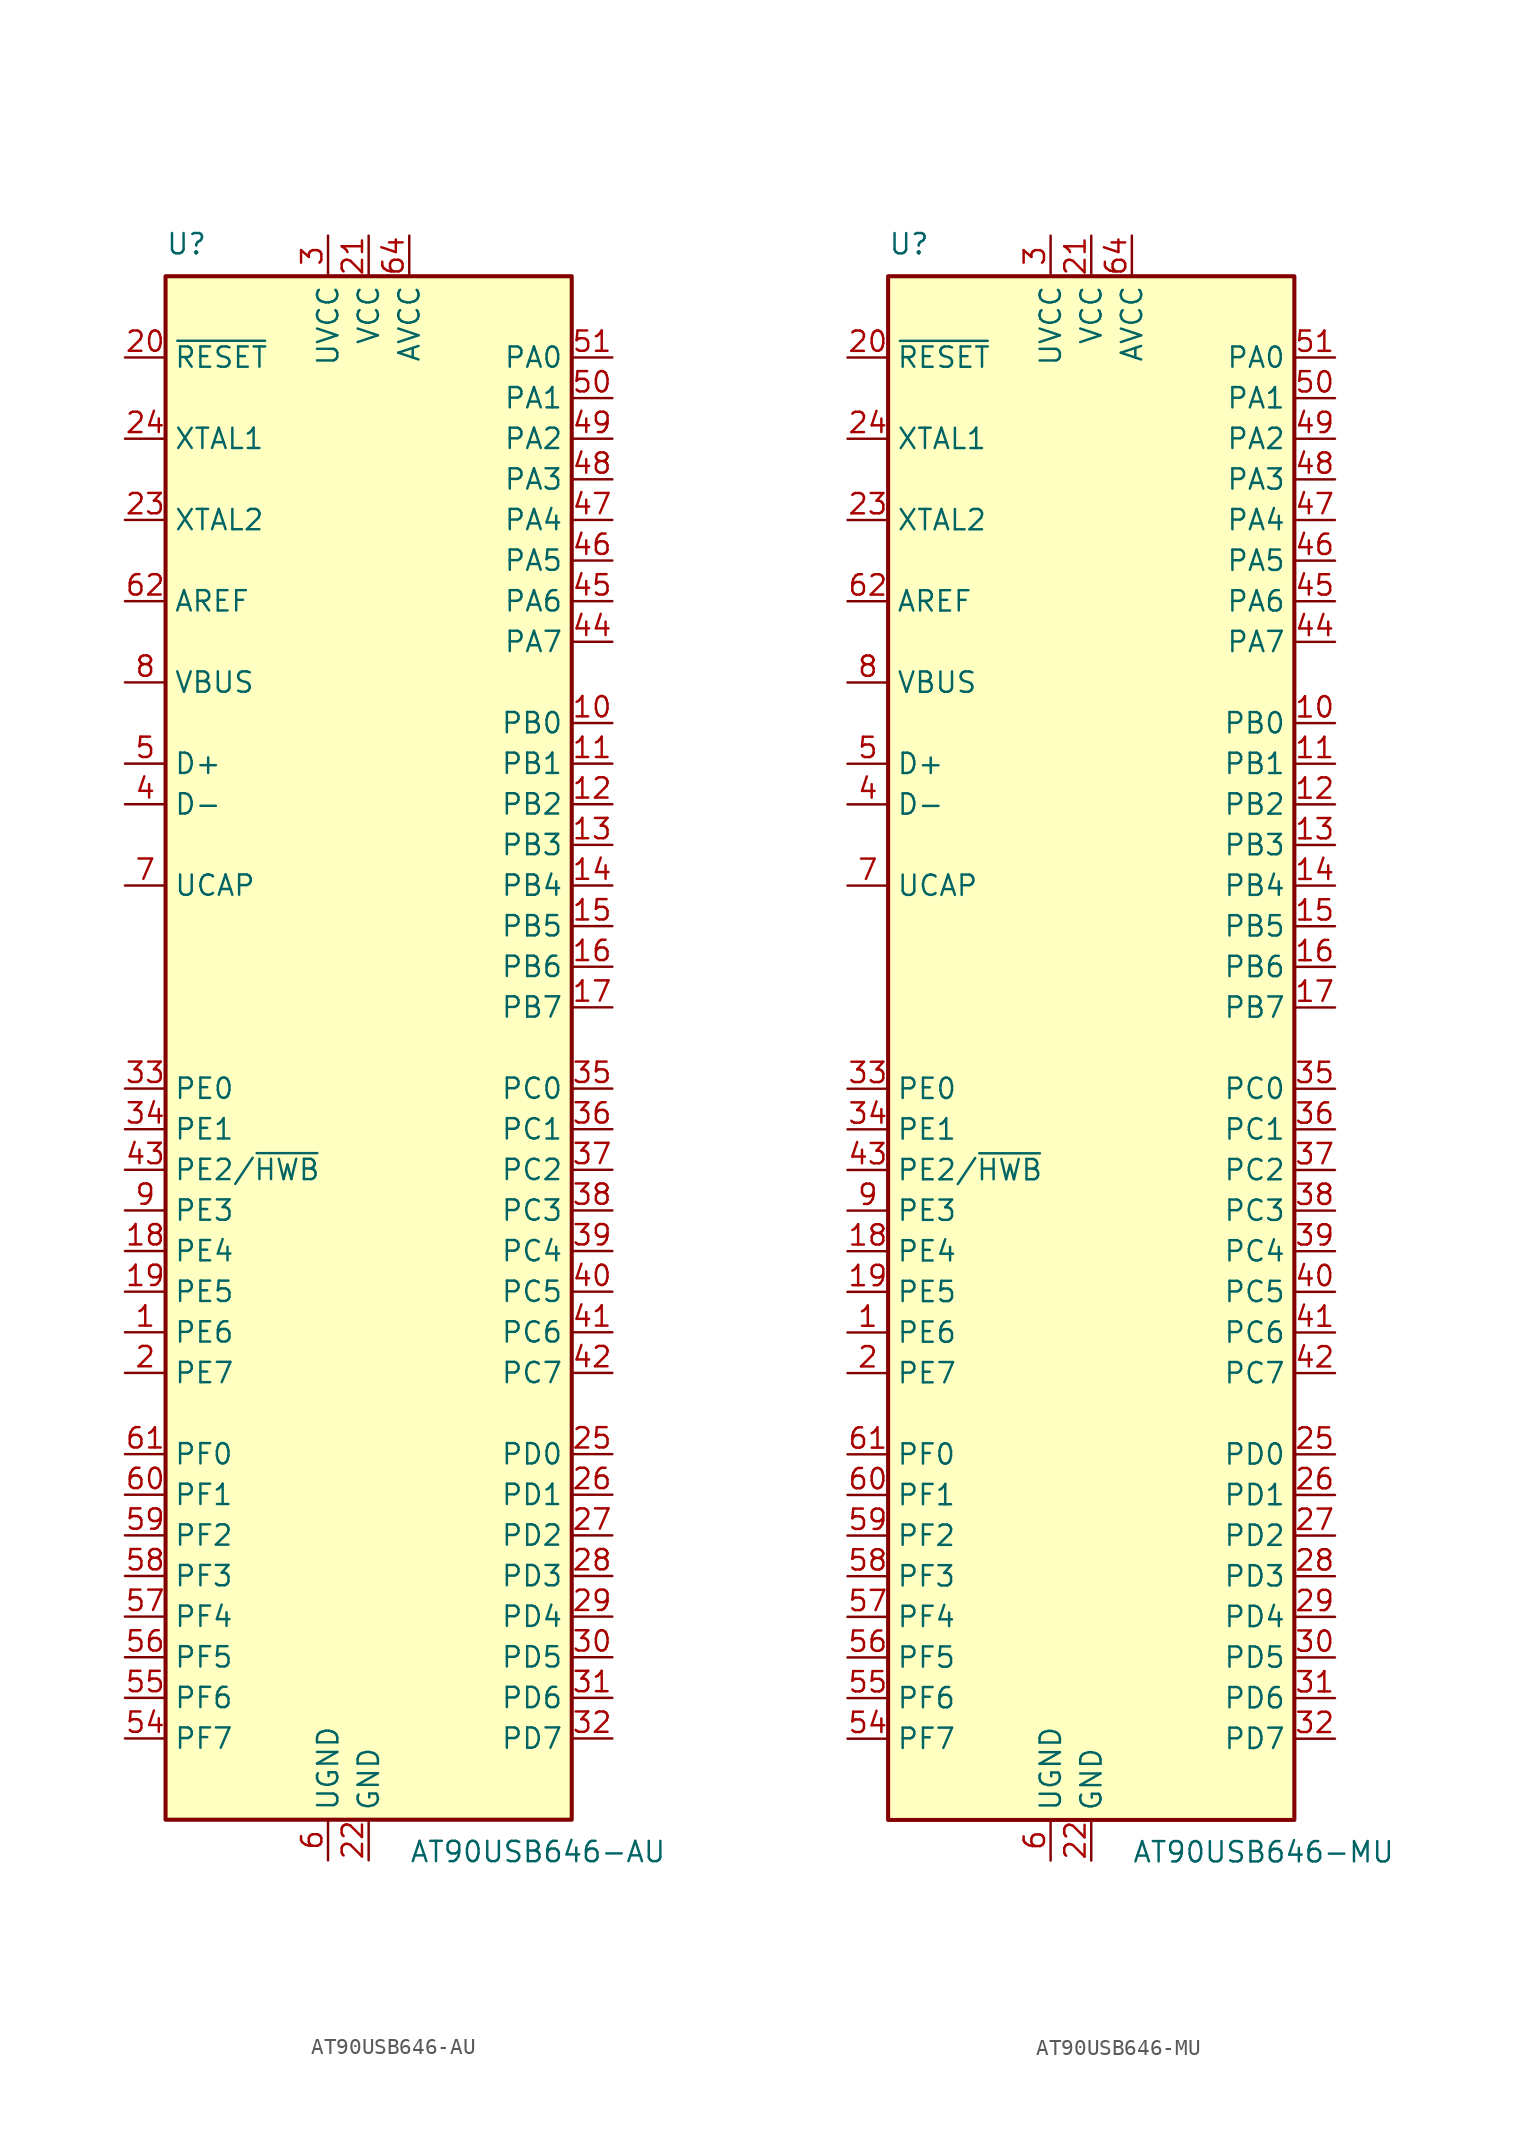
<source format=kicad_sym>
(kicad_symbol_lib
  (version 20211014)
  (generator kicad_symbol_editor)
  (symbol "AT90USB646-AU"
    (property "Reference" "U"
      (at -12.7 49.53 0)
      (effects (font (size 1.27 1.27)) (justify left bottom)))
    (property "Value" "AT90USB646-AU"
      (at 2.54 -49.53 0)
      (effects (font (size 1.27 1.27)) (justify left top)))
    (symbol "AT90USB646-AU_0_1"
      (rectangle (start -12.7 -48.26) (end 12.7 48.26) (stroke (width 0.254) (type default) (color 0 0 0 0)) (fill (type background))))
    (symbol "AT90USB646-AU_1_1"
      (pin bidirectional line (at -15.24 -17.78 0) (length 2.54) (name "PE6" (effects (font (size 1.27 1.27)))) (number "1" (effects (font (size 1.27 1.27)))))
      (pin bidirectional line (at 15.24 20.32 180) (length 2.54) (name "PB0" (effects (font (size 1.27 1.27)))) (number "10" (effects (font (size 1.27 1.27)))))
      (pin bidirectional line (at 15.24 17.78 180) (length 2.54) (name "PB1" (effects (font (size 1.27 1.27)))) (number "11" (effects (font (size 1.27 1.27)))))
      (pin bidirectional line (at 15.24 15.24 180) (length 2.54) (name "PB2" (effects (font (size 1.27 1.27)))) (number "12" (effects (font (size 1.27 1.27)))))
      (pin bidirectional line (at 15.24 12.7 180) (length 2.54) (name "PB3" (effects (font (size 1.27 1.27)))) (number "13" (effects (font (size 1.27 1.27)))))
      (pin bidirectional line (at 15.24 10.16 180) (length 2.54) (name "PB4" (effects (font (size 1.27 1.27)))) (number "14" (effects (font (size 1.27 1.27)))))
      (pin bidirectional line (at 15.24 7.62 180) (length 2.54) (name "PB5" (effects (font (size 1.27 1.27)))) (number "15" (effects (font (size 1.27 1.27)))))
      (pin bidirectional line (at 15.24 5.08 180) (length 2.54) (name "PB6" (effects (font (size 1.27 1.27)))) (number "16" (effects (font (size 1.27 1.27)))))
      (pin bidirectional line (at 15.24 2.54 180) (length 2.54) (name "PB7" (effects (font (size 1.27 1.27)))) (number "17" (effects (font (size 1.27 1.27)))))
      (pin bidirectional line (at -15.24 -12.7 0) (length 2.54) (name "PE4" (effects (font (size 1.27 1.27)))) (number "18" (effects (font (size 1.27 1.27)))))
      (pin bidirectional line (at -15.24 -15.24 0) (length 2.54) (name "PE5" (effects (font (size 1.27 1.27)))) (number "19" (effects (font (size 1.27 1.27)))))
      (pin bidirectional line (at -15.24 -20.32 0) (length 2.54) (name "PE7" (effects (font (size 1.27 1.27)))) (number "2" (effects (font (size 1.27 1.27)))))
      (pin input line (at -15.24 43.18 0) (length 2.54) (name "~{RESET}" (effects (font (size 1.27 1.27)))) (number "20" (effects (font (size 1.27 1.27)))))
      (pin power_in line (at 0 50.8 270) (length 2.54) (name "VCC" (effects (font (size 1.27 1.27)))) (number "21" (effects (font (size 1.27 1.27)))))
      (pin power_in line (at 0 -50.8 90) (length 2.54) (name "GND" (effects (font (size 1.27 1.27)))) (number "22" (effects (font (size 1.27 1.27)))))
      (pin output line (at -15.24 33.02 0) (length 2.54) (name "XTAL2" (effects (font (size 1.27 1.27)))) (number "23" (effects (font (size 1.27 1.27)))))
      (pin input line (at -15.24 38.1 0) (length 2.54) (name "XTAL1" (effects (font (size 1.27 1.27)))) (number "24" (effects (font (size 1.27 1.27)))))
      (pin bidirectional line (at 15.24 -25.4 180) (length 2.54) (name "PD0" (effects (font (size 1.27 1.27)))) (number "25" (effects (font (size 1.27 1.27)))))
      (pin bidirectional line (at 15.24 -27.94 180) (length 2.54) (name "PD1" (effects (font (size 1.27 1.27)))) (number "26" (effects (font (size 1.27 1.27)))))
      (pin bidirectional line (at 15.24 -30.48 180) (length 2.54) (name "PD2" (effects (font (size 1.27 1.27)))) (number "27" (effects (font (size 1.27 1.27)))))
      (pin bidirectional line (at 15.24 -33.02 180) (length 2.54) (name "PD3" (effects (font (size 1.27 1.27)))) (number "28" (effects (font (size 1.27 1.27)))))
      (pin bidirectional line (at 15.24 -35.56 180) (length 2.54) (name "PD4" (effects (font (size 1.27 1.27)))) (number "29" (effects (font (size 1.27 1.27)))))
      (pin power_in line (at -2.54 50.8 270) (length 2.54) (name "UVCC" (effects (font (size 1.27 1.27)))) (number "3" (effects (font (size 1.27 1.27)))))
      (pin bidirectional line (at 15.24 -38.1 180) (length 2.54) (name "PD5" (effects (font (size 1.27 1.27)))) (number "30" (effects (font (size 1.27 1.27)))))
      (pin bidirectional line (at 15.24 -40.64 180) (length 2.54) (name "PD6" (effects (font (size 1.27 1.27)))) (number "31" (effects (font (size 1.27 1.27)))))
      (pin bidirectional line (at 15.24 -43.18 180) (length 2.54) (name "PD7" (effects (font (size 1.27 1.27)))) (number "32" (effects (font (size 1.27 1.27)))))
      (pin bidirectional line (at -15.24 -2.54 0) (length 2.54) (name "PE0" (effects (font (size 1.27 1.27)))) (number "33" (effects (font (size 1.27 1.27)))))
      (pin bidirectional line (at -15.24 -5.08 0) (length 2.54) (name "PE1" (effects (font (size 1.27 1.27)))) (number "34" (effects (font (size 1.27 1.27)))))
      (pin bidirectional line (at 15.24 -2.54 180) (length 2.54) (name "PC0" (effects (font (size 1.27 1.27)))) (number "35" (effects (font (size 1.27 1.27)))))
      (pin bidirectional line (at 15.24 -5.08 180) (length 2.54) (name "PC1" (effects (font (size 1.27 1.27)))) (number "36" (effects (font (size 1.27 1.27)))))
      (pin bidirectional line (at 15.24 -7.62 180) (length 2.54) (name "PC2" (effects (font (size 1.27 1.27)))) (number "37" (effects (font (size 1.27 1.27)))))
      (pin bidirectional line (at 15.24 -10.16 180) (length 2.54) (name "PC3" (effects (font (size 1.27 1.27)))) (number "38" (effects (font (size 1.27 1.27)))))
      (pin bidirectional line (at 15.24 -12.7 180) (length 2.54) (name "PC4" (effects (font (size 1.27 1.27)))) (number "39" (effects (font (size 1.27 1.27)))))
      (pin bidirectional line (at -15.24 15.24 0) (length 2.54) (name "D-" (effects (font (size 1.27 1.27)))) (number "4" (effects (font (size 1.27 1.27)))))
      (pin bidirectional line (at 15.24 -15.24 180) (length 2.54) (name "PC5" (effects (font (size 1.27 1.27)))) (number "40" (effects (font (size 1.27 1.27)))))
      (pin bidirectional line (at 15.24 -17.78 180) (length 2.54) (name "PC6" (effects (font (size 1.27 1.27)))) (number "41" (effects (font (size 1.27 1.27)))))
      (pin bidirectional line (at 15.24 -20.32 180) (length 2.54) (name "PC7" (effects (font (size 1.27 1.27)))) (number "42" (effects (font (size 1.27 1.27)))))
      (pin bidirectional line (at -15.24 -7.62 0) (length 2.54) (name "PE2/~{HWB}" (effects (font (size 1.27 1.27)))) (number "43" (effects (font (size 1.27 1.27)))))
      (pin bidirectional line (at 15.24 25.4 180) (length 2.54) (name "PA7" (effects (font (size 1.27 1.27)))) (number "44" (effects (font (size 1.27 1.27)))))
      (pin bidirectional line (at 15.24 27.94 180) (length 2.54) (name "PA6" (effects (font (size 1.27 1.27)))) (number "45" (effects (font (size 1.27 1.27)))))
      (pin bidirectional line (at 15.24 30.48 180) (length 2.54) (name "PA5" (effects (font (size 1.27 1.27)))) (number "46" (effects (font (size 1.27 1.27)))))
      (pin bidirectional line (at 15.24 33.02 180) (length 2.54) (name "PA4" (effects (font (size 1.27 1.27)))) (number "47" (effects (font (size 1.27 1.27)))))
      (pin bidirectional line (at 15.24 35.56 180) (length 2.54) (name "PA3" (effects (font (size 1.27 1.27)))) (number "48" (effects (font (size 1.27 1.27)))))
      (pin bidirectional line (at 15.24 38.1 180) (length 2.54) (name "PA2" (effects (font (size 1.27 1.27)))) (number "49" (effects (font (size 1.27 1.27)))))
      (pin bidirectional line (at -15.24 17.78 0) (length 2.54) (name "D+" (effects (font (size 1.27 1.27)))) (number "5" (effects (font (size 1.27 1.27)))))
      (pin bidirectional line (at 15.24 40.64 180) (length 2.54) (name "PA1" (effects (font (size 1.27 1.27)))) (number "50" (effects (font (size 1.27 1.27)))))
      (pin bidirectional line (at 15.24 43.18 180) (length 2.54) (name "PA0" (effects (font (size 1.27 1.27)))) (number "51" (effects (font (size 1.27 1.27)))))
      (pin passive line (at 0 50.8 270) (length 2.54) hide (name "VCC" (effects (font (size 1.27 1.27)))) (number "52" (effects (font (size 1.27 1.27)))))
      (pin passive line (at 0 -50.8 90) (length 2.54) hide (name "GND" (effects (font (size 1.27 1.27)))) (number "53" (effects (font (size 1.27 1.27)))))
      (pin bidirectional line (at -15.24 -43.18 0) (length 2.54) (name "PF7" (effects (font (size 1.27 1.27)))) (number "54" (effects (font (size 1.27 1.27)))))
      (pin bidirectional line (at -15.24 -40.64 0) (length 2.54) (name "PF6" (effects (font (size 1.27 1.27)))) (number "55" (effects (font (size 1.27 1.27)))))
      (pin bidirectional line (at -15.24 -38.1 0) (length 2.54) (name "PF5" (effects (font (size 1.27 1.27)))) (number "56" (effects (font (size 1.27 1.27)))))
      (pin bidirectional line (at -15.24 -35.56 0) (length 2.54) (name "PF4" (effects (font (size 1.27 1.27)))) (number "57" (effects (font (size 1.27 1.27)))))
      (pin bidirectional line (at -15.24 -33.02 0) (length 2.54) (name "PF3" (effects (font (size 1.27 1.27)))) (number "58" (effects (font (size 1.27 1.27)))))
      (pin bidirectional line (at -15.24 -30.48 0) (length 2.54) (name "PF2" (effects (font (size 1.27 1.27)))) (number "59" (effects (font (size 1.27 1.27)))))
      (pin power_in line (at -2.54 -50.8 90) (length 2.54) (name "UGND" (effects (font (size 1.27 1.27)))) (number "6" (effects (font (size 1.27 1.27)))))
      (pin bidirectional line (at -15.24 -27.94 0) (length 2.54) (name "PF1" (effects (font (size 1.27 1.27)))) (number "60" (effects (font (size 1.27 1.27)))))
      (pin bidirectional line (at -15.24 -25.4 0) (length 2.54) (name "PF0" (effects (font (size 1.27 1.27)))) (number "61" (effects (font (size 1.27 1.27)))))
      (pin passive line (at -15.24 27.94 0) (length 2.54) (name "AREF" (effects (font (size 1.27 1.27)))) (number "62" (effects (font (size 1.27 1.27)))))
      (pin passive line (at 0 -50.8 90) (length 2.54) hide (name "GND" (effects (font (size 1.27 1.27)))) (number "63" (effects (font (size 1.27 1.27)))))
      (pin power_in line (at 2.54 50.8 270) (length 2.54) (name "AVCC" (effects (font (size 1.27 1.27)))) (number "64" (effects (font (size 1.27 1.27)))))
      (pin passive line (at -15.24 10.16 0) (length 2.54) (name "UCAP" (effects (font (size 1.27 1.27)))) (number "7" (effects (font (size 1.27 1.27)))))
      (pin input line (at -15.24 22.86 0) (length 2.54) (name "VBUS" (effects (font (size 1.27 1.27)))) (number "8" (effects (font (size 1.27 1.27)))))
      (pin bidirectional line (at -15.24 -10.16 0) (length 2.54) (name "PE3" (effects (font (size 1.27 1.27)))) (number "9" (effects (font (size 1.27 1.27)))))))
  (symbol "AT90USB646-MU"
    (property "Reference" "U"
      (at -12.7 49.53 0)
      (effects (font (size 1.27 1.27)) (justify left bottom)))
    (property "Value" "AT90USB646-MU"
      (at 2.54 -49.53 0)
      (effects (font (size 1.27 1.27)) (justify left top)))
    (symbol "AT90USB646-MU_0_1"
      (rectangle (start -12.7 -48.26) (end 12.7 48.26) (stroke (width 0.254) (type default) (color 0 0 0 0)) (fill (type background))))
    (symbol "AT90USB646-MU_1_1"
      (pin bidirectional line (at -15.24 -17.78 0) (length 2.54) (name "PE6" (effects (font (size 1.27 1.27)))) (number "1" (effects (font (size 1.27 1.27)))))
      (pin bidirectional line (at 15.24 20.32 180) (length 2.54) (name "PB0" (effects (font (size 1.27 1.27)))) (number "10" (effects (font (size 1.27 1.27)))))
      (pin bidirectional line (at 15.24 17.78 180) (length 2.54) (name "PB1" (effects (font (size 1.27 1.27)))) (number "11" (effects (font (size 1.27 1.27)))))
      (pin bidirectional line (at 15.24 15.24 180) (length 2.54) (name "PB2" (effects (font (size 1.27 1.27)))) (number "12" (effects (font (size 1.27 1.27)))))
      (pin bidirectional line (at 15.24 12.7 180) (length 2.54) (name "PB3" (effects (font (size 1.27 1.27)))) (number "13" (effects (font (size 1.27 1.27)))))
      (pin bidirectional line (at 15.24 10.16 180) (length 2.54) (name "PB4" (effects (font (size 1.27 1.27)))) (number "14" (effects (font (size 1.27 1.27)))))
      (pin bidirectional line (at 15.24 7.62 180) (length 2.54) (name "PB5" (effects (font (size 1.27 1.27)))) (number "15" (effects (font (size 1.27 1.27)))))
      (pin bidirectional line (at 15.24 5.08 180) (length 2.54) (name "PB6" (effects (font (size 1.27 1.27)))) (number "16" (effects (font (size 1.27 1.27)))))
      (pin bidirectional line (at 15.24 2.54 180) (length 2.54) (name "PB7" (effects (font (size 1.27 1.27)))) (number "17" (effects (font (size 1.27 1.27)))))
      (pin bidirectional line (at -15.24 -12.7 0) (length 2.54) (name "PE4" (effects (font (size 1.27 1.27)))) (number "18" (effects (font (size 1.27 1.27)))))
      (pin bidirectional line (at -15.24 -15.24 0) (length 2.54) (name "PE5" (effects (font (size 1.27 1.27)))) (number "19" (effects (font (size 1.27 1.27)))))
      (pin bidirectional line (at -15.24 -20.32 0) (length 2.54) (name "PE7" (effects (font (size 1.27 1.27)))) (number "2" (effects (font (size 1.27 1.27)))))
      (pin input line (at -15.24 43.18 0) (length 2.54) (name "~{RESET}" (effects (font (size 1.27 1.27)))) (number "20" (effects (font (size 1.27 1.27)))))
      (pin power_in line (at 0 50.8 270) (length 2.54) (name "VCC" (effects (font (size 1.27 1.27)))) (number "21" (effects (font (size 1.27 1.27)))))
      (pin power_in line (at 0 -50.8 90) (length 2.54) (name "GND" (effects (font (size 1.27 1.27)))) (number "22" (effects (font (size 1.27 1.27)))))
      (pin output line (at -15.24 33.02 0) (length 2.54) (name "XTAL2" (effects (font (size 1.27 1.27)))) (number "23" (effects (font (size 1.27 1.27)))))
      (pin input line (at -15.24 38.1 0) (length 2.54) (name "XTAL1" (effects (font (size 1.27 1.27)))) (number "24" (effects (font (size 1.27 1.27)))))
      (pin bidirectional line (at 15.24 -25.4 180) (length 2.54) (name "PD0" (effects (font (size 1.27 1.27)))) (number "25" (effects (font (size 1.27 1.27)))))
      (pin bidirectional line (at 15.24 -27.94 180) (length 2.54) (name "PD1" (effects (font (size 1.27 1.27)))) (number "26" (effects (font (size 1.27 1.27)))))
      (pin bidirectional line (at 15.24 -30.48 180) (length 2.54) (name "PD2" (effects (font (size 1.27 1.27)))) (number "27" (effects (font (size 1.27 1.27)))))
      (pin bidirectional line (at 15.24 -33.02 180) (length 2.54) (name "PD3" (effects (font (size 1.27 1.27)))) (number "28" (effects (font (size 1.27 1.27)))))
      (pin bidirectional line (at 15.24 -35.56 180) (length 2.54) (name "PD4" (effects (font (size 1.27 1.27)))) (number "29" (effects (font (size 1.27 1.27)))))
      (pin power_in line (at -2.54 50.8 270) (length 2.54) (name "UVCC" (effects (font (size 1.27 1.27)))) (number "3" (effects (font (size 1.27 1.27)))))
      (pin bidirectional line (at 15.24 -38.1 180) (length 2.54) (name "PD5" (effects (font (size 1.27 1.27)))) (number "30" (effects (font (size 1.27 1.27)))))
      (pin bidirectional line (at 15.24 -40.64 180) (length 2.54) (name "PD6" (effects (font (size 1.27 1.27)))) (number "31" (effects (font (size 1.27 1.27)))))
      (pin bidirectional line (at 15.24 -43.18 180) (length 2.54) (name "PD7" (effects (font (size 1.27 1.27)))) (number "32" (effects (font (size 1.27 1.27)))))
      (pin bidirectional line (at -15.24 -2.54 0) (length 2.54) (name "PE0" (effects (font (size 1.27 1.27)))) (number "33" (effects (font (size 1.27 1.27)))))
      (pin bidirectional line (at -15.24 -5.08 0) (length 2.54) (name "PE1" (effects (font (size 1.27 1.27)))) (number "34" (effects (font (size 1.27 1.27)))))
      (pin bidirectional line (at 15.24 -2.54 180) (length 2.54) (name "PC0" (effects (font (size 1.27 1.27)))) (number "35" (effects (font (size 1.27 1.27)))))
      (pin bidirectional line (at 15.24 -5.08 180) (length 2.54) (name "PC1" (effects (font (size 1.27 1.27)))) (number "36" (effects (font (size 1.27 1.27)))))
      (pin bidirectional line (at 15.24 -7.62 180) (length 2.54) (name "PC2" (effects (font (size 1.27 1.27)))) (number "37" (effects (font (size 1.27 1.27)))))
      (pin bidirectional line (at 15.24 -10.16 180) (length 2.54) (name "PC3" (effects (font (size 1.27 1.27)))) (number "38" (effects (font (size 1.27 1.27)))))
      (pin bidirectional line (at 15.24 -12.7 180) (length 2.54) (name "PC4" (effects (font (size 1.27 1.27)))) (number "39" (effects (font (size 1.27 1.27)))))
      (pin bidirectional line (at -15.24 15.24 0) (length 2.54) (name "D-" (effects (font (size 1.27 1.27)))) (number "4" (effects (font (size 1.27 1.27)))))
      (pin bidirectional line (at 15.24 -15.24 180) (length 2.54) (name "PC5" (effects (font (size 1.27 1.27)))) (number "40" (effects (font (size 1.27 1.27)))))
      (pin bidirectional line (at 15.24 -17.78 180) (length 2.54) (name "PC6" (effects (font (size 1.27 1.27)))) (number "41" (effects (font (size 1.27 1.27)))))
      (pin bidirectional line (at 15.24 -20.32 180) (length 2.54) (name "PC7" (effects (font (size 1.27 1.27)))) (number "42" (effects (font (size 1.27 1.27)))))
      (pin bidirectional line (at -15.24 -7.62 0) (length 2.54) (name "PE2/~{HWB}" (effects (font (size 1.27 1.27)))) (number "43" (effects (font (size 1.27 1.27)))))
      (pin bidirectional line (at 15.24 25.4 180) (length 2.54) (name "PA7" (effects (font (size 1.27 1.27)))) (number "44" (effects (font (size 1.27 1.27)))))
      (pin bidirectional line (at 15.24 27.94 180) (length 2.54) (name "PA6" (effects (font (size 1.27 1.27)))) (number "45" (effects (font (size 1.27 1.27)))))
      (pin bidirectional line (at 15.24 30.48 180) (length 2.54) (name "PA5" (effects (font (size 1.27 1.27)))) (number "46" (effects (font (size 1.27 1.27)))))
      (pin bidirectional line (at 15.24 33.02 180) (length 2.54) (name "PA4" (effects (font (size 1.27 1.27)))) (number "47" (effects (font (size 1.27 1.27)))))
      (pin bidirectional line (at 15.24 35.56 180) (length 2.54) (name "PA3" (effects (font (size 1.27 1.27)))) (number "48" (effects (font (size 1.27 1.27)))))
      (pin bidirectional line (at 15.24 38.1 180) (length 2.54) (name "PA2" (effects (font (size 1.27 1.27)))) (number "49" (effects (font (size 1.27 1.27)))))
      (pin bidirectional line (at -15.24 17.78 0) (length 2.54) (name "D+" (effects (font (size 1.27 1.27)))) (number "5" (effects (font (size 1.27 1.27)))))
      (pin bidirectional line (at 15.24 40.64 180) (length 2.54) (name "PA1" (effects (font (size 1.27 1.27)))) (number "50" (effects (font (size 1.27 1.27)))))
      (pin bidirectional line (at 15.24 43.18 180) (length 2.54) (name "PA0" (effects (font (size 1.27 1.27)))) (number "51" (effects (font (size 1.27 1.27)))))
      (pin passive line (at 0 50.8 270) (length 2.54) hide (name "VCC" (effects (font (size 1.27 1.27)))) (number "52" (effects (font (size 1.27 1.27)))))
      (pin passive line (at 0 -50.8 90) (length 2.54) hide (name "GND" (effects (font (size 1.27 1.27)))) (number "53" (effects (font (size 1.27 1.27)))))
      (pin bidirectional line (at -15.24 -43.18 0) (length 2.54) (name "PF7" (effects (font (size 1.27 1.27)))) (number "54" (effects (font (size 1.27 1.27)))))
      (pin bidirectional line (at -15.24 -40.64 0) (length 2.54) (name "PF6" (effects (font (size 1.27 1.27)))) (number "55" (effects (font (size 1.27 1.27)))))
      (pin bidirectional line (at -15.24 -38.1 0) (length 2.54) (name "PF5" (effects (font (size 1.27 1.27)))) (number "56" (effects (font (size 1.27 1.27)))))
      (pin bidirectional line (at -15.24 -35.56 0) (length 2.54) (name "PF4" (effects (font (size 1.27 1.27)))) (number "57" (effects (font (size 1.27 1.27)))))
      (pin bidirectional line (at -15.24 -33.02 0) (length 2.54) (name "PF3" (effects (font (size 1.27 1.27)))) (number "58" (effects (font (size 1.27 1.27)))))
      (pin bidirectional line (at -15.24 -30.48 0) (length 2.54) (name "PF2" (effects (font (size 1.27 1.27)))) (number "59" (effects (font (size 1.27 1.27)))))
      (pin power_in line (at -2.54 -50.8 90) (length 2.54) (name "UGND" (effects (font (size 1.27 1.27)))) (number "6" (effects (font (size 1.27 1.27)))))
      (pin bidirectional line (at -15.24 -27.94 0) (length 2.54) (name "PF1" (effects (font (size 1.27 1.27)))) (number "60" (effects (font (size 1.27 1.27)))))
      (pin bidirectional line (at -15.24 -25.4 0) (length 2.54) (name "PF0" (effects (font (size 1.27 1.27)))) (number "61" (effects (font (size 1.27 1.27)))))
      (pin passive line (at -15.24 27.94 0) (length 2.54) (name "AREF" (effects (font (size 1.27 1.27)))) (number "62" (effects (font (size 1.27 1.27)))))
      (pin passive line (at 0 -50.8 90) (length 2.54) hide (name "GND" (effects (font (size 1.27 1.27)))) (number "63" (effects (font (size 1.27 1.27)))))
      (pin power_in line (at 2.54 50.8 270) (length 2.54) (name "AVCC" (effects (font (size 1.27 1.27)))) (number "64" (effects (font (size 1.27 1.27)))))
      (pin passive line (at 0 -50.8 90) (length 2.54) hide (name "GND" (effects (font (size 1.27 1.27)))) (number "65" (effects (font (size 1.27 1.27)))))
      (pin passive line (at -15.24 10.16 0) (length 2.54) (name "UCAP" (effects (font (size 1.27 1.27)))) (number "7" (effects (font (size 1.27 1.27)))))
      (pin input line (at -15.24 22.86 0) (length 2.54) (name "VBUS" (effects (font (size 1.27 1.27)))) (number "8" (effects (font (size 1.27 1.27)))))
      (pin bidirectional line (at -15.24 -10.16 0) (length 2.54) (name "PE3" (effects (font (size 1.27 1.27)))) (number "9" (effects (font (size 1.27 1.27))))))))
</source>
